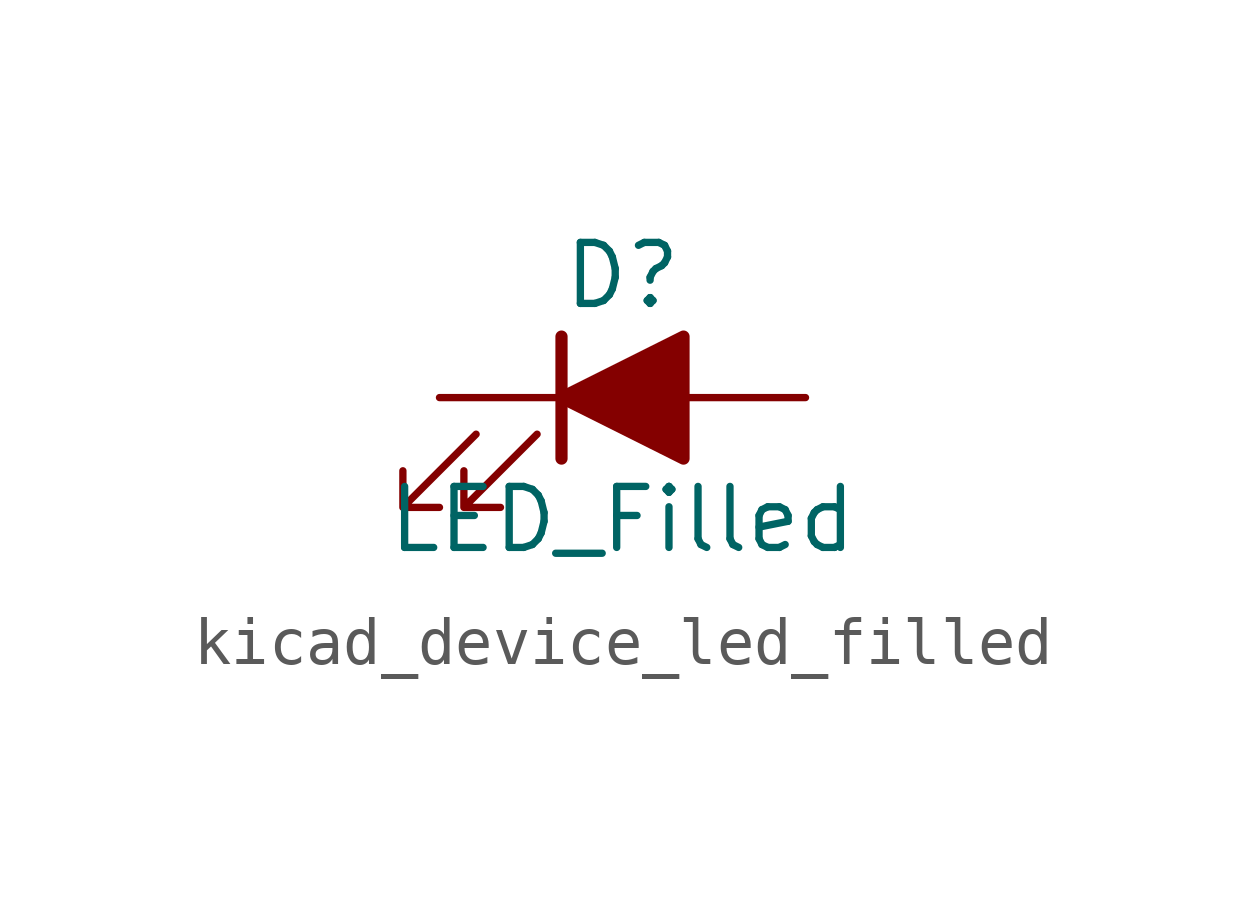
<source format=kicad_sym>
(kicad_symbol_lib
  (version 20220914)
  (generator kicad_symbol_editor)
  (symbol "kicad_device_led_filled"
    (pin_numbers hide)
    (pin_names
      (offset 1.016) hide)
    (property "Reference" "D"
      (at 0 2.54 0)
      (effects (font (size 1.27 1.27))))
    (property "Value" "LED_Filled"
      (at 0 -2.54 0)
      (effects (font (size 1.27 1.27))))
    (symbol "kicad_device_led_filled_0_1"
      (polyline (pts (xy -1.27 -1.27) (xy -1.27 1.27)) (stroke (width 0.254) (type default)) (fill (type none)))
      (polyline (pts (xy -1.27 0) (xy 1.27 0)) (stroke (width 0) (type default)) (fill (type none)))
      (polyline (pts (xy 1.27 -1.27) (xy 1.27 1.27) (xy -1.27 0) (xy 1.27 -1.27)) (stroke (width 0.254) (type default)) (fill (type outline)))
      (polyline (pts (xy -3.048 -0.762) (xy -4.572 -2.286) (xy -3.81 -2.286) (xy -4.572 -2.286) (xy -4.572 -1.524)) (stroke (width 0) (type default)) (fill (type none)))
      (polyline (pts (xy -1.778 -0.762) (xy -3.302 -2.286) (xy -2.54 -2.286) (xy -3.302 -2.286) (xy -3.302 -1.524)) (stroke (width 0) (type default)) (fill (type none))))
    (symbol "kicad_device_led_filled_1_1"
      (pin passive line (at -3.81 0 0) (length 2.54) (name "K" (effects (font (size 1.27 1.27)))) (number "1" (effects (font (size 1.27 1.27)))))
      (pin passive line (at 3.81 0 180) (length 2.54) (name "A" (effects (font (size 1.27 1.27)))) (number "2" (effects (font (size 1.27 1.27))))))))
</source>
